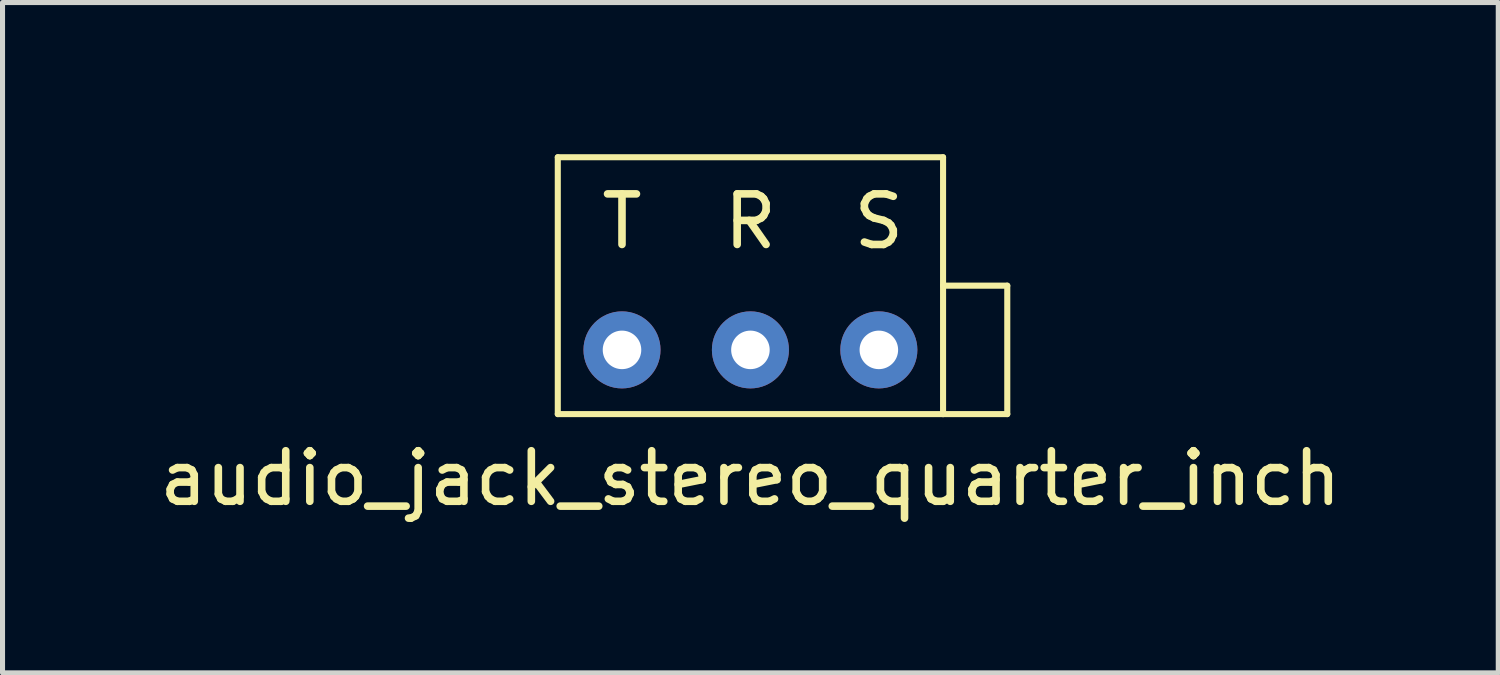
<source format=kicad_pcb>
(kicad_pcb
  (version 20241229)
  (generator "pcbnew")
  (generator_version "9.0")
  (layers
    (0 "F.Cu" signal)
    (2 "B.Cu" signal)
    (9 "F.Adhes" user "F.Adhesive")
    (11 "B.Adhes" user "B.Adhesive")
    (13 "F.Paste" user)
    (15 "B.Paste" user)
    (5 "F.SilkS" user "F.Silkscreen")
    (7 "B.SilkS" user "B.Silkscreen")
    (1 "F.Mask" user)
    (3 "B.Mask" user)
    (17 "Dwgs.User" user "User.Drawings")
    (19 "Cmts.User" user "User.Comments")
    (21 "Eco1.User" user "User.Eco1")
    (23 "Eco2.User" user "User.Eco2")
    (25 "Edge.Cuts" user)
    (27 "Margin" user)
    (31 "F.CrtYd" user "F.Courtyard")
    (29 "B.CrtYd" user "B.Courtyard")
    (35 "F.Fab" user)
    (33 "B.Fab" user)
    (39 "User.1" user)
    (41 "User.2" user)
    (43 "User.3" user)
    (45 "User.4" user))
  (footprint "audio_jack_stereo_quarter_inch"
    (layer "F.Cu")
    (at 11.792 3.87)
    (property "Reference" "audio_jack_stereo_quarter_inch" (at 0 2.54 0) (layer "F.SilkS") (effects (font (size 1 1) (thickness 0.15))))
    (attr through_hole)
    (fp_line (start -3.81 -3.81) (end -3.81 1.27) (stroke (width 0.12) (type solid)) (layer "F.SilkS"))
    (fp_line (start -3.81 1.27) (end 3.81 1.27) (stroke (width 0.12) (type solid)) (layer "F.SilkS"))
    (fp_line (start 3.81 -3.81) (end -3.81 -3.81) (stroke (width 0.12) (type solid)) (layer "F.SilkS"))
    (fp_line (start 3.81 -1.27) (end 5.08 -1.27) (stroke (width 0.12) (type solid)) (layer "F.SilkS"))
    (fp_line (start 3.81 1.27) (end 3.81 -3.81) (stroke (width 0.12) (type solid)) (layer "F.SilkS"))
    (fp_line (start 5.08 -1.27) (end 5.08 1.27) (stroke (width 0.12) (type solid)) (layer "F.SilkS"))
    (fp_line (start 5.08 1.27) (end 3.81 1.27) (stroke (width 0.12) (type solid)) (layer "F.SilkS"))
    (fp_text user "T" (at -2.54 -2.54 0) (layer "F.SilkS") (effects (font (size 1 1) (thickness 0.15))))
    (fp_text user "S" (at 2.54 -2.54 0) (layer "F.SilkS") (effects (font (size 1 1) (thickness 0.15))))
    (fp_text user "R" (at 0 -2.54 0) (layer "F.SilkS") (effects (font (size 1 1) (thickness 0.15))))
    (pad "R" thru_hole circle (at 0 0) (size 1.524 1.524) (drill 0.762) (layers "*.Cu" "*.Mask"))
    (pad "S" thru_hole circle (at 2.54 0) (size 1.524 1.524) (drill 0.762) (layers "*.Cu" "*.Mask"))
    (pad "T" thru_hole circle (at -2.54 0) (size 1.524 1.524) (drill 0.762) (layers "*.Cu" "*.Mask")))
  (gr_rect
    (start -3 -3)
    (end 26.583 10.258)
    (stroke (width 0.1) (type default))
    (fill no)
    (layer "Edge.Cuts")))
</source>
